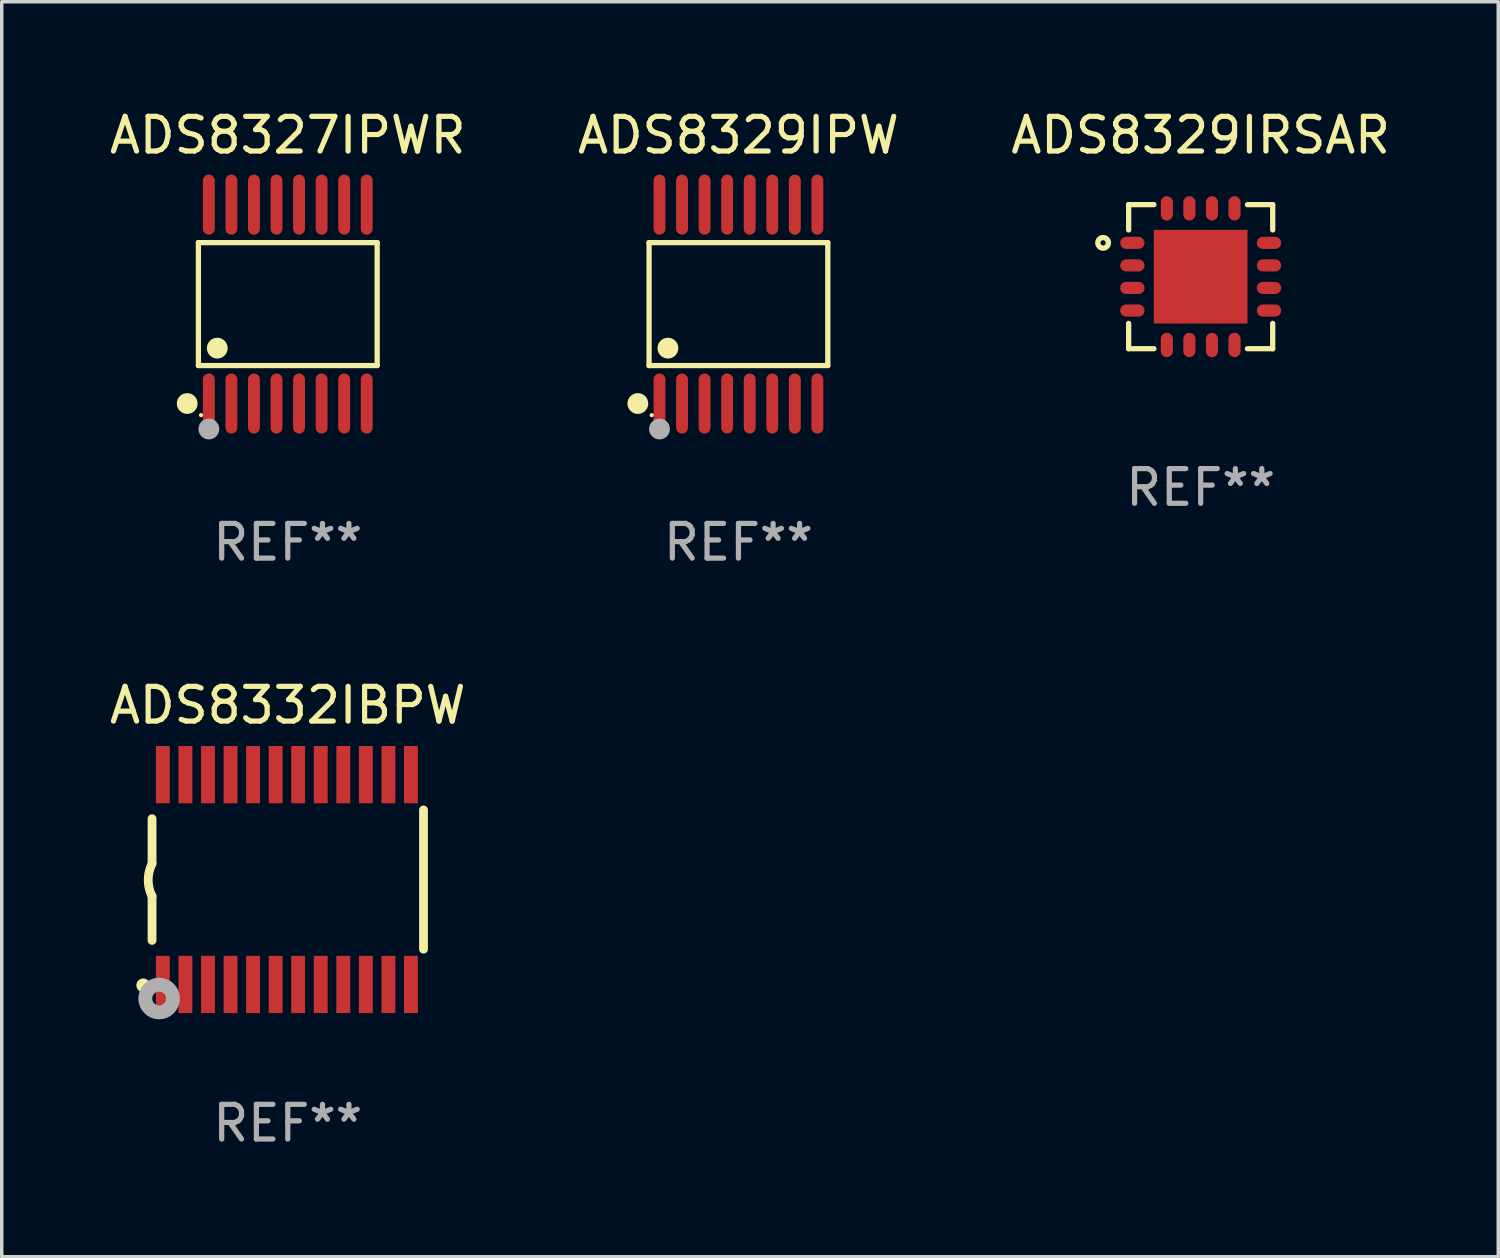
<source format=kicad_pcb>
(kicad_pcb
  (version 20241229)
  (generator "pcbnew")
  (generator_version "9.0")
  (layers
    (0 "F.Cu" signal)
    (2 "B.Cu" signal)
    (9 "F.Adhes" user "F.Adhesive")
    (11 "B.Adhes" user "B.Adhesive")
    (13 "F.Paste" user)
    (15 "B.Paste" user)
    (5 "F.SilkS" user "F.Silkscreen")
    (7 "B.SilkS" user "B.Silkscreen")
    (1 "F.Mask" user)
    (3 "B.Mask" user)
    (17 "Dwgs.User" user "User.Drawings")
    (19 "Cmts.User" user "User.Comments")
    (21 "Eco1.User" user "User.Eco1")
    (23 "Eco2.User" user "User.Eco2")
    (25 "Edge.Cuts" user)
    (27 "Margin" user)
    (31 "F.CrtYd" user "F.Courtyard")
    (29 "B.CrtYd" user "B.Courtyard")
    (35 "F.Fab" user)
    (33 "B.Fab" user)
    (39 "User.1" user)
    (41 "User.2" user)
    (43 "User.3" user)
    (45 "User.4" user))
  (footprint "ADS8332IBPW"
    (layer "F.Cu")
    (at 5.244 22.299)
    (property "Reference" "ADS8332IBPW" (at 0 -5.023 0) (layer "F.SilkS") (effects (font (size 1 1) (thickness 0.15))))
    (attr through_hole)
    (fp_line (start -3.912 -0.483) (end -3.912 -1.753) (stroke (width 0.254) (type solid)) (layer "F.SilkS"))
    (fp_line (start -3.912 1.753) (end -3.912 0.483) (stroke (width 0.254) (type solid)) (layer "F.SilkS"))
    (fp_line (start 3.912 -2.007) (end 3.912 2.007) (stroke (width 0.254) (type solid)) (layer "F.SilkS"))
    (fp_arc (start -3.911608 0.482601) (mid -4.022537 0.0127) (end -3.911608 -0.457201) (stroke (width 0.254001) (type solid)) (layer "F.SilkS"))
    (fp_circle (center -4.166 3.048) (end -4.066 3.048) (stroke (width 0.2) (type solid)) (fill no) (layer "F.SilkS"))
    (fp_circle (center -3.925 3.186) (end -3.895 3.186) (stroke (width 0.06) (type solid)) (fill no) (layer "F.SilkS"))
    (fp_circle (center -3.708 3.429) (end -3.509 3.429) (stroke (width 0.4) (type solid)) (fill no) (layer "F.Fab"))
    (fp_text user "REF**" (at 0 7.023 0) (layer "F.Fab") (effects (font (size 1 1) (thickness 0.15))))
    (pad "1" smd rect (at -3.6 3.023) (size 0.4 1.65) (layers "F.Cu" "F.Mask" "F.Paste"))
    (pad "2" smd rect (at -2.95 3.023) (size 0.4 1.65) (layers "F.Cu" "F.Mask" "F.Paste"))
    (pad "3" smd rect (at -2.3 3.023) (size 0.4 1.65) (layers "F.Cu" "F.Mask" "F.Paste"))
    (pad "4" smd rect (at -1.65 3.023) (size 0.4 1.65) (layers "F.Cu" "F.Mask" "F.Paste"))
    (pad "5" smd rect (at -1 3.023) (size 0.4 1.65) (layers "F.Cu" "F.Mask" "F.Paste"))
    (pad "6" smd rect (at -0.35 3.023) (size 0.4 1.65) (layers "F.Cu" "F.Mask" "F.Paste"))
    (pad "7" smd rect (at 0.299 3.023) (size 0.4 1.65) (layers "F.Cu" "F.Mask" "F.Paste"))
    (pad "8" smd rect (at 0.95 3.023) (size 0.4 1.65) (layers "F.Cu" "F.Mask" "F.Paste"))
    (pad "9" smd rect (at 1.6 3.023) (size 0.4 1.65) (layers "F.Cu" "F.Mask" "F.Paste"))
    (pad "10" smd rect (at 2.25 3.023) (size 0.4 1.65) (layers "F.Cu" "F.Mask" "F.Paste"))
    (pad "11" smd rect (at 2.9 3.023) (size 0.4 1.65) (layers "F.Cu" "F.Mask" "F.Paste"))
    (pad "12" smd rect (at 3.549 3.023) (size 0.4 1.65) (layers "F.Cu" "F.Mask" "F.Paste"))
    (pad "13" smd rect (at 3.549 -3.023) (size 0.4 1.65) (layers "F.Cu" "F.Mask" "F.Paste"))
    (pad "14" smd rect (at 2.9 -3.023) (size 0.4 1.65) (layers "F.Cu" "F.Mask" "F.Paste"))
    (pad "15" smd rect (at 2.25 -3.023) (size 0.4 1.65) (layers "F.Cu" "F.Mask" "F.Paste"))
    (pad "16" smd rect (at 1.6 -3.023) (size 0.4 1.65) (layers "F.Cu" "F.Mask" "F.Paste"))
    (pad "17" smd rect (at 0.95 -3.023) (size 0.4 1.65) (layers "F.Cu" "F.Mask" "F.Paste"))
    (pad "18" smd rect (at 0.299 -3.023) (size 0.4 1.65) (layers "F.Cu" "F.Mask" "F.Paste"))
    (pad "19" smd rect (at -0.35 -3.023) (size 0.4 1.65) (layers "F.Cu" "F.Mask" "F.Paste"))
    (pad "20" smd rect (at -1 -3.023) (size 0.4 1.65) (layers "F.Cu" "F.Mask" "F.Paste"))
    (pad "21" smd rect (at -1.65 -3.023) (size 0.4 1.65) (layers "F.Cu" "F.Mask" "F.Paste"))
    (pad "22" smd rect (at -2.3 -3.023) (size 0.4 1.65) (layers "F.Cu" "F.Mask" "F.Paste"))
    (pad "23" smd rect (at -2.95 -3.023) (size 0.4 1.65) (layers "F.Cu" "F.Mask" "F.Paste"))
    (pad "24" smd rect (at -3.6 -3.023) (size 0.4 1.65) (layers "F.Cu" "F.Mask" "F.Paste")))
  (footprint "ADS8329IPW"
    (layer "F.Cu")
    (at 18.232 5.714)
    (property "Reference" "ADS8329IPW" (at 0 -4.866 0) (layer "F.SilkS") (effects (font (size 1 1) (thickness 0.15))))
    (attr through_hole)
    (fp_line (start -2.576 -1.772) (end 2.576 -1.772) (stroke (width 0.152) (type solid)) (layer "F.SilkS"))
    (fp_line (start -2.576 1.771) (end -2.576 -1.772) (stroke (width 0.152) (type solid)) (layer "F.SilkS"))
    (fp_line (start 2.576 -1.772) (end 2.576 1.771) (stroke (width 0.152) (type solid)) (layer "F.SilkS"))
    (fp_line (start 2.576 1.771) (end -2.576 1.771) (stroke (width 0.152) (type solid)) (layer "F.SilkS"))
    (fp_circle (center -2.899 2.866) (end -2.749 2.866) (stroke (width 0.3) (type solid)) (fill no) (layer "F.SilkS"))
    (fp_circle (center -2.5 3.2) (end -2.47 3.2) (stroke (width 0.06) (type solid)) (fill no) (layer "F.SilkS"))
    (fp_circle (center -2.032 1.27) (end -1.882 1.27) (stroke (width 0.3) (type solid)) (fill no) (layer "F.SilkS"))
    (fp_circle (center -2.275 3.6) (end -2.125 3.6) (stroke (width 0.3) (type solid)) (fill no) (layer "F.Fab"))
    (fp_text user "REF**" (at 0 6.866 0) (layer "F.Fab") (effects (font (size 1 1) (thickness 0.15))))
    (pad "1" smd oval (at -2.275 2.866) (size 0.343 1.731) (layers "F.Cu" "F.Mask" "F.Paste"))
    (pad "2" smd oval (at -1.625 2.866) (size 0.343 1.731) (layers "F.Cu" "F.Mask" "F.Paste"))
    (pad "3" smd oval (at -0.975 2.866) (size 0.343 1.731) (layers "F.Cu" "F.Mask" "F.Paste"))
    (pad "4" smd oval (at -0.325 2.866) (size 0.343 1.731) (layers "F.Cu" "F.Mask" "F.Paste"))
    (pad "5" smd oval (at 0.325 2.866) (size 0.343 1.731) (layers "F.Cu" "F.Mask" "F.Paste"))
    (pad "6" smd oval (at 0.975 2.866) (size 0.343 1.731) (layers "F.Cu" "F.Mask" "F.Paste"))
    (pad "7" smd oval (at 1.625 2.866) (size 0.343 1.731) (layers "F.Cu" "F.Mask" "F.Paste"))
    (pad "8" smd oval (at 2.275 2.866) (size 0.343 1.731) (layers "F.Cu" "F.Mask" "F.Paste"))
    (pad "9" smd oval (at 2.275 -2.866) (size 0.343 1.731) (layers "F.Cu" "F.Mask" "F.Paste"))
    (pad "10" smd oval (at 1.625 -2.866) (size 0.343 1.731) (layers "F.Cu" "F.Mask" "F.Paste"))
    (pad "11" smd oval (at 0.975 -2.866) (size 0.343 1.731) (layers "F.Cu" "F.Mask" "F.Paste"))
    (pad "12" smd oval (at 0.325 -2.866) (size 0.343 1.731) (layers "F.Cu" "F.Mask" "F.Paste"))
    (pad "13" smd oval (at -0.325 -2.866) (size 0.343 1.731) (layers "F.Cu" "F.Mask" "F.Paste"))
    (pad "14" smd oval (at -0.975 -2.866) (size 0.343 1.731) (layers "F.Cu" "F.Mask" "F.Paste"))
    (pad "15" smd oval (at -1.625 -2.866) (size 0.343 1.731) (layers "F.Cu" "F.Mask" "F.Paste"))
    (pad "16" smd oval (at -2.275 -2.866) (size 0.343 1.731) (layers "F.Cu" "F.Mask" "F.Paste")))
  (footprint "ADS8329IRSAR"
    (layer "F.Cu")
    (at 31.554 4.924)
    (property "Reference" "ADS8329IRSAR" (at 0 -4.076 0) (layer "F.SilkS") (effects (font (size 1 1) (thickness 0.15))))
    (attr through_hole)
    (fp_line (start -2.076 -2.076) (end -2.076 -1.347) (stroke (width 0.152) (type solid)) (layer "F.SilkS"))
    (fp_line (start -2.076 2.076) (end -2.076 1.347) (stroke (width 0.152) (type solid)) (layer "F.SilkS"))
    (fp_line (start -1.347 -2.076) (end -2.076 -2.076) (stroke (width 0.152) (type solid)) (layer "F.SilkS"))
    (fp_line (start -1.347 2.076) (end -2.076 2.076) (stroke (width 0.152) (type solid)) (layer "F.SilkS"))
    (fp_line (start 1.347 -2.076) (end 2.076 -2.076) (stroke (width 0.152) (type solid)) (layer "F.SilkS"))
    (fp_line (start 1.347 2.076) (end 2.076 2.076) (stroke (width 0.152) (type solid)) (layer "F.SilkS"))
    (fp_line (start 2.076 -2.076) (end 2.076 -1.347) (stroke (width 0.152) (type solid)) (layer "F.SilkS"))
    (fp_line (start 2.076 2.076) (end 2.076 1.347) (stroke (width 0.152) (type solid)) (layer "F.SilkS"))
    (fp_circle (center -2.812 -0.975) (end -2.736 -0.975) (stroke (width 0.153) (type solid)) (fill no) (layer "F.SilkS"))
    (fp_text user "REF**" (at 0 6.076 0) (layer "F.Fab") (effects (font (size 1 1) (thickness 0.15))))
    (pad "1" smd oval (at -1.969 -0.975 270) (size 0.35 0.7) (layers "F.Cu" "F.Mask" "F.Paste"))
    (pad "2" smd oval (at -1.969 -0.325 270) (size 0.35 0.7) (layers "F.Cu" "F.Mask" "F.Paste"))
    (pad "3" smd oval (at -1.969 0.325 270) (size 0.35 0.7) (layers "F.Cu" "F.Mask" "F.Paste"))
    (pad "4" smd oval (at -1.969 0.975 270) (size 0.35 0.7) (layers "F.Cu" "F.Mask" "F.Paste"))
    (pad "5" smd oval (at -0.975 1.969 270) (size 0.7 0.35) (layers "F.Cu" "F.Mask" "F.Paste"))
    (pad "6" smd oval (at -0.325 1.969 270) (size 0.7 0.35) (layers "F.Cu" "F.Mask" "F.Paste"))
    (pad "7" smd oval (at 0.325 1.969 270) (size 0.7 0.35) (layers "F.Cu" "F.Mask" "F.Paste"))
    (pad "8" smd oval (at 0.975 1.969 270) (size 0.7 0.35) (layers "F.Cu" "F.Mask" "F.Paste"))
    (pad "9" smd oval (at 1.969 0.975 270) (size 0.35 0.7) (layers "F.Cu" "F.Mask" "F.Paste"))
    (pad "10" smd oval (at 1.969 0.325 270) (size 0.35 0.7) (layers "F.Cu" "F.Mask" "F.Paste"))
    (pad "11" smd oval (at 1.969 -0.325 270) (size 0.35 0.7) (layers "F.Cu" "F.Mask" "F.Paste"))
    (pad "12" smd oval (at 1.969 -0.975 270) (size 0.35 0.7) (layers "F.Cu" "F.Mask" "F.Paste"))
    (pad "13" smd oval (at 0.975 -1.969 270) (size 0.7 0.35) (layers "F.Cu" "F.Mask" "F.Paste"))
    (pad "14" smd oval (at 0.325 -1.969 270) (size 0.7 0.35) (layers "F.Cu" "F.Mask" "F.Paste"))
    (pad "15" smd oval (at -0.325 -1.969 270) (size 0.7 0.35) (layers "F.Cu" "F.Mask" "F.Paste"))
    (pad "16" smd oval (at -0.975 -1.969 270) (size 0.7 0.35) (layers "F.Cu" "F.Mask" "F.Paste"))
    (pad "17" smd rect (at 0 0) (size 2.7 2.7) (layers "F.Cu" "F.Mask" "F.Paste")))
  (footprint "ADS8327IPWR"
    (layer "F.Cu")
    (at 5.244 5.714)
    (property "Reference" "ADS8327IPWR" (at 0 -4.866 0) (layer "F.SilkS") (effects (font (size 1 1) (thickness 0.15))))
    (attr through_hole)
    (fp_line (start -2.576 -1.772) (end 2.576 -1.772) (stroke (width 0.152) (type solid)) (layer "F.SilkS"))
    (fp_line (start -2.576 1.771) (end -2.576 -1.772) (stroke (width 0.152) (type solid)) (layer "F.SilkS"))
    (fp_line (start 2.576 -1.772) (end 2.576 1.771) (stroke (width 0.152) (type solid)) (layer "F.SilkS"))
    (fp_line (start 2.576 1.771) (end -2.576 1.771) (stroke (width 0.152) (type solid)) (layer "F.SilkS"))
    (fp_circle (center -2.899 2.866) (end -2.749 2.866) (stroke (width 0.3) (type solid)) (fill no) (layer "F.SilkS"))
    (fp_circle (center -2.5 3.2) (end -2.47 3.2) (stroke (width 0.06) (type solid)) (fill no) (layer "F.SilkS"))
    (fp_circle (center -2.032 1.27) (end -1.882 1.27) (stroke (width 0.3) (type solid)) (fill no) (layer "F.SilkS"))
    (fp_circle (center -2.275 3.6) (end -2.125 3.6) (stroke (width 0.3) (type solid)) (fill no) (layer "F.Fab"))
    (fp_text user "REF**" (at 0 6.866 0) (layer "F.Fab") (effects (font (size 1 1) (thickness 0.15))))
    (pad "1" smd oval (at -2.275 2.866) (size 0.343 1.731) (layers "F.Cu" "F.Mask" "F.Paste"))
    (pad "2" smd oval (at -1.625 2.866) (size 0.343 1.731) (layers "F.Cu" "F.Mask" "F.Paste"))
    (pad "3" smd oval (at -0.975 2.866) (size 0.343 1.731) (layers "F.Cu" "F.Mask" "F.Paste"))
    (pad "4" smd oval (at -0.325 2.866) (size 0.343 1.731) (layers "F.Cu" "F.Mask" "F.Paste"))
    (pad "5" smd oval (at 0.325 2.866) (size 0.343 1.731) (layers "F.Cu" "F.Mask" "F.Paste"))
    (pad "6" smd oval (at 0.975 2.866) (size 0.343 1.731) (layers "F.Cu" "F.Mask" "F.Paste"))
    (pad "7" smd oval (at 1.625 2.866) (size 0.343 1.731) (layers "F.Cu" "F.Mask" "F.Paste"))
    (pad "8" smd oval (at 2.275 2.866) (size 0.343 1.731) (layers "F.Cu" "F.Mask" "F.Paste"))
    (pad "9" smd oval (at 2.275 -2.866) (size 0.343 1.731) (layers "F.Cu" "F.Mask" "F.Paste"))
    (pad "10" smd oval (at 1.625 -2.866) (size 0.343 1.731) (layers "F.Cu" "F.Mask" "F.Paste"))
    (pad "11" smd oval (at 0.975 -2.866) (size 0.343 1.731) (layers "F.Cu" "F.Mask" "F.Paste"))
    (pad "12" smd oval (at 0.325 -2.866) (size 0.343 1.731) (layers "F.Cu" "F.Mask" "F.Paste"))
    (pad "13" smd oval (at -0.325 -2.866) (size 0.343 1.731) (layers "F.Cu" "F.Mask" "F.Paste"))
    (pad "14" smd oval (at -0.975 -2.866) (size 0.343 1.731) (layers "F.Cu" "F.Mask" "F.Paste"))
    (pad "15" smd oval (at -1.625 -2.866) (size 0.343 1.731) (layers "F.Cu" "F.Mask" "F.Paste"))
    (pad "16" smd oval (at -2.275 -2.866) (size 0.343 1.731) (layers "F.Cu" "F.Mask" "F.Paste")))
  (gr_rect
    (start -3 -3)
    (end 40.131 33.17)
    (stroke (width 0.1) (type default))
    (fill no)
    (layer "Edge.Cuts")))
</source>
